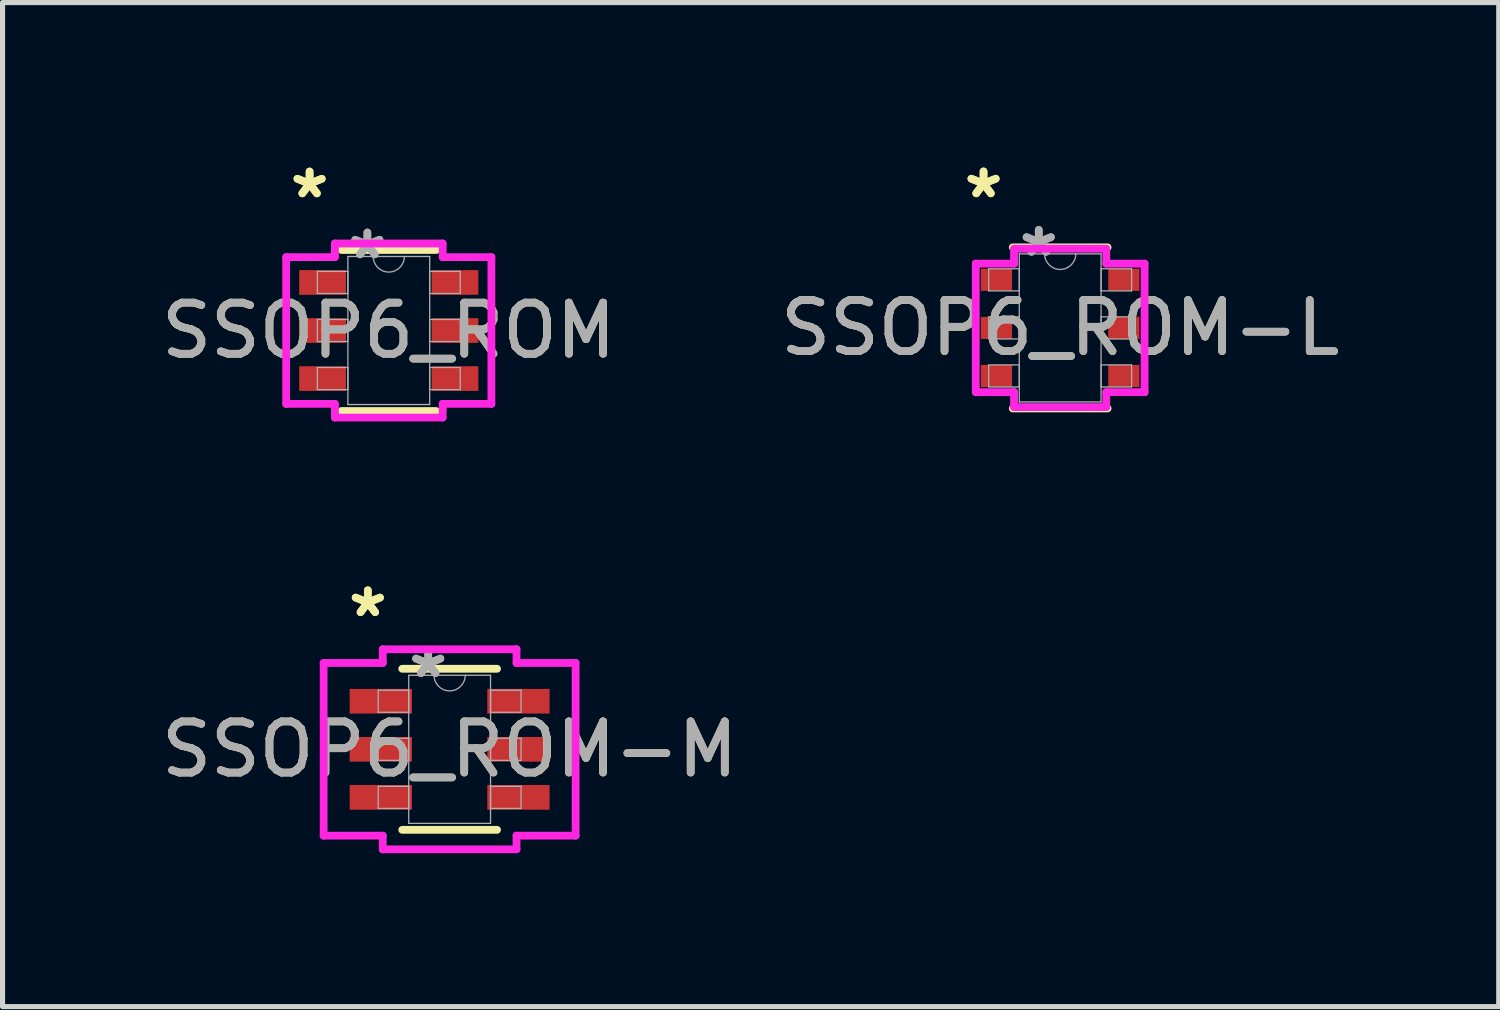
<source format=kicad_pcb>
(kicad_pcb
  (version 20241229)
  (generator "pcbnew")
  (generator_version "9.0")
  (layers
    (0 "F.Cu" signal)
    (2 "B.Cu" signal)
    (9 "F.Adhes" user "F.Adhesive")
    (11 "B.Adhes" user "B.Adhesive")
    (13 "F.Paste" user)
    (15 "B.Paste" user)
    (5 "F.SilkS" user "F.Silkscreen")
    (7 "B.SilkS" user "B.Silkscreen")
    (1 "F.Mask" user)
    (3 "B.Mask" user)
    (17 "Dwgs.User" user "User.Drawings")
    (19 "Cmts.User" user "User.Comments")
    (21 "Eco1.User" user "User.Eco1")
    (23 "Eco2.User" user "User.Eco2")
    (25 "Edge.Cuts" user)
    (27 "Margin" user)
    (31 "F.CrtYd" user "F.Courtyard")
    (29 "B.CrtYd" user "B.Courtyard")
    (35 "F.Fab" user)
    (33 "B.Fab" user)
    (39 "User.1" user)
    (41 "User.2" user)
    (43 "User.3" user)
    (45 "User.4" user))
  (footprint "SSOP6_ROM"
    (layer "F.Cu")
    (at 4.554 3.414)
    (property "Reference" "SSOP6_ROM" (at 0 0 0) (unlocked yes) (layer "F.SilkS") (effects (font (size 1 1) (thickness 0.15))))
    (attr smd)
    (fp_line (start -0.927 1.575) (end 0.927 1.575) (stroke (width 0.152) (type solid)) (layer "F.SilkS"))
    (fp_line (start 0.927 -1.575) (end -0.927 -1.575) (stroke (width 0.152) (type solid)) (layer "F.SilkS"))
    (fp_line (start -2.007 -1.435) (end -1.054 -1.435) (stroke (width 0.152) (type solid)) (layer "F.CrtYd"))
    (fp_line (start -2.007 1.435) (end -2.007 -1.435) (stroke (width 0.152) (type solid)) (layer "F.CrtYd"))
    (fp_line (start -2.007 1.435) (end -1.054 1.435) (stroke (width 0.152) (type solid)) (layer "F.CrtYd"))
    (fp_line (start -1.054 -1.702) (end 1.054 -1.702) (stroke (width 0.152) (type solid)) (layer "F.CrtYd"))
    (fp_line (start -1.054 -1.435) (end -1.054 -1.702) (stroke (width 0.152) (type solid)) (layer "F.CrtYd"))
    (fp_line (start -1.054 1.702) (end -1.054 1.435) (stroke (width 0.152) (type solid)) (layer "F.CrtYd"))
    (fp_line (start 1.054 -1.702) (end 1.054 -1.435) (stroke (width 0.152) (type solid)) (layer "F.CrtYd"))
    (fp_line (start 1.054 1.435) (end 1.054 1.702) (stroke (width 0.152) (type solid)) (layer "F.CrtYd"))
    (fp_line (start 1.054 1.702) (end -1.054 1.702) (stroke (width 0.152) (type solid)) (layer "F.CrtYd"))
    (fp_line (start 2.007 -1.435) (end 1.054 -1.435) (stroke (width 0.152) (type solid)) (layer "F.CrtYd"))
    (fp_line (start 2.007 -1.435) (end 2.007 1.435) (stroke (width 0.152) (type solid)) (layer "F.CrtYd"))
    (fp_line (start 2.007 1.435) (end 1.054 1.435) (stroke (width 0.152) (type solid)) (layer "F.CrtYd"))
    (fp_line (start -1.397 -1.156) (end -1.397 -0.724) (stroke (width 0.025) (type solid)) (layer "F.Fab"))
    (fp_line (start -1.397 -0.724) (end -0.8 -0.724) (stroke (width 0.025) (type solid)) (layer "F.Fab"))
    (fp_line (start -1.397 -0.216) (end -1.397 0.216) (stroke (width 0.025) (type solid)) (layer "F.Fab"))
    (fp_line (start -1.397 0.216) (end -0.8 0.216) (stroke (width 0.025) (type solid)) (layer "F.Fab"))
    (fp_line (start -1.397 0.724) (end -1.397 1.156) (stroke (width 0.025) (type solid)) (layer "F.Fab"))
    (fp_line (start -1.397 1.156) (end -0.8 1.156) (stroke (width 0.025) (type solid)) (layer "F.Fab"))
    (fp_line (start -0.8 -1.448) (end -0.8 1.448) (stroke (width 0.025) (type solid)) (layer "F.Fab"))
    (fp_line (start -0.8 -1.156) (end -1.397 -1.156) (stroke (width 0.025) (type solid)) (layer "F.Fab"))
    (fp_line (start -0.8 -0.724) (end -0.8 -1.156) (stroke (width 0.025) (type solid)) (layer "F.Fab"))
    (fp_line (start -0.8 -0.216) (end -1.397 -0.216) (stroke (width 0.025) (type solid)) (layer "F.Fab"))
    (fp_line (start -0.8 0.216) (end -0.8 -0.216) (stroke (width 0.025) (type solid)) (layer "F.Fab"))
    (fp_line (start -0.8 0.724) (end -1.397 0.724) (stroke (width 0.025) (type solid)) (layer "F.Fab"))
    (fp_line (start -0.8 1.156) (end -0.8 0.724) (stroke (width 0.025) (type solid)) (layer "F.Fab"))
    (fp_line (start -0.8 1.448) (end 0.8 1.448) (stroke (width 0.025) (type solid)) (layer "F.Fab"))
    (fp_line (start 0.8 -1.448) (end -0.8 -1.448) (stroke (width 0.025) (type solid)) (layer "F.Fab"))
    (fp_line (start 0.8 -1.156) (end 0.8 -0.724) (stroke (width 0.025) (type solid)) (layer "F.Fab"))
    (fp_line (start 0.8 -0.724) (end 1.397 -0.724) (stroke (width 0.025) (type solid)) (layer "F.Fab"))
    (fp_line (start 0.8 -0.216) (end 0.8 0.216) (stroke (width 0.025) (type solid)) (layer "F.Fab"))
    (fp_line (start 0.8 0.216) (end 1.397 0.216) (stroke (width 0.025) (type solid)) (layer "F.Fab"))
    (fp_line (start 0.8 0.724) (end 0.8 1.156) (stroke (width 0.025) (type solid)) (layer "F.Fab"))
    (fp_line (start 0.8 1.156) (end 1.397 1.156) (stroke (width 0.025) (type solid)) (layer "F.Fab"))
    (fp_line (start 0.8 1.448) (end 0.8 -1.448) (stroke (width 0.025) (type solid)) (layer "F.Fab"))
    (fp_line (start 1.397 -1.156) (end 0.8 -1.156) (stroke (width 0.025) (type solid)) (layer "F.Fab"))
    (fp_line (start 1.397 -0.724) (end 1.397 -1.156) (stroke (width 0.025) (type solid)) (layer "F.Fab"))
    (fp_line (start 1.397 -0.216) (end 0.8 -0.216) (stroke (width 0.025) (type solid)) (layer "F.Fab"))
    (fp_line (start 1.397 0.216) (end 1.397 -0.216) (stroke (width 0.025) (type solid)) (layer "F.Fab"))
    (fp_line (start 1.397 0.724) (end 0.8 0.724) (stroke (width 0.025) (type solid)) (layer "F.Fab"))
    (fp_line (start 1.397 1.156) (end 1.397 0.724) (stroke (width 0.025) (type solid)) (layer "F.Fab"))
    (fp_arc (start 0.3048 -1.4478) (mid 0 -1.143) (end -0.3048 -1.4478) (stroke (width 0.0254) (type solid)) (layer "F.Fab"))
    (fp_text user "*" (at -1.549 -2.565 0) (layer "F.SilkS") (effects (font (size 1 1) (thickness 0.15))))
    (fp_text user "*" (at -1.549 -2.565 0) (unlocked yes) (layer "F.SilkS") (effects (font (size 1 1) (thickness 0.15))))
    (fp_text user "*" (at -0.419 -1.372 0) (layer "F.Fab") (effects (font (size 1 1) (thickness 0.15))))
    (fp_text user "${REFERENCE}" (at 0 0 0) (unlocked yes) (layer "F.Fab") (effects (font (size 1 1) (thickness 0.15))))
    (fp_text user "*" (at -0.419 -1.372 0) (unlocked yes) (layer "F.Fab") (effects (font (size 1 1) (thickness 0.15))))
    (pad "1" smd rect (at -1.295 -0.94) (size 0.914 0.483) (layers "F.Cu" "F.Mask" "F.Paste"))
    (pad "2" smd rect (at -1.295 0) (size 0.914 0.483) (layers "F.Cu" "F.Mask" "F.Paste"))
    (pad "3" smd rect (at -1.295 0.94) (size 0.914 0.483) (layers "F.Cu" "F.Mask" "F.Paste"))
    (pad "4" smd rect (at 1.295 0.94) (size 0.914 0.483) (layers "F.Cu" "F.Mask" "F.Paste"))
    (pad "5" smd rect (at 1.295 0) (size 0.914 0.483) (layers "F.Cu" "F.Mask" "F.Paste"))
    (pad "6" smd rect (at 1.295 -0.94) (size 0.914 0.483) (layers "F.Cu" "F.Mask" "F.Paste")))
  (footprint "SSOP6_ROM-L"
    (layer "F.Cu")
    (at 17.685 3.363)
    (property "Reference" "SSOP6_ROM-L" (at 0 0 0) (unlocked yes) (layer "F.SilkS") (effects (font (size 1 1) (thickness 0.15))))
    (attr smd)
    (fp_line (start -0.927 1.575) (end 0.927 1.575) (stroke (width 0.152) (type solid)) (layer "F.SilkS"))
    (fp_line (start 0.927 -1.575) (end -0.927 -1.575) (stroke (width 0.152) (type solid)) (layer "F.SilkS"))
    (fp_line (start -1.651 -1.257) (end -0.902 -1.257) (stroke (width 0.152) (type solid)) (layer "F.CrtYd"))
    (fp_line (start -1.651 1.257) (end -1.651 -1.257) (stroke (width 0.152) (type solid)) (layer "F.CrtYd"))
    (fp_line (start -1.651 1.257) (end -0.902 1.257) (stroke (width 0.152) (type solid)) (layer "F.CrtYd"))
    (fp_line (start -0.902 -1.549) (end 0.902 -1.549) (stroke (width 0.152) (type solid)) (layer "F.CrtYd"))
    (fp_line (start -0.902 -1.257) (end -0.902 -1.549) (stroke (width 0.152) (type solid)) (layer "F.CrtYd"))
    (fp_line (start -0.902 1.549) (end -0.902 1.257) (stroke (width 0.152) (type solid)) (layer "F.CrtYd"))
    (fp_line (start 0.902 -1.549) (end 0.902 -1.257) (stroke (width 0.152) (type solid)) (layer "F.CrtYd"))
    (fp_line (start 0.902 1.257) (end 0.902 1.549) (stroke (width 0.152) (type solid)) (layer "F.CrtYd"))
    (fp_line (start 0.902 1.549) (end -0.902 1.549) (stroke (width 0.152) (type solid)) (layer "F.CrtYd"))
    (fp_line (start 1.651 -1.257) (end 0.902 -1.257) (stroke (width 0.152) (type solid)) (layer "F.CrtYd"))
    (fp_line (start 1.651 -1.257) (end 1.651 1.257) (stroke (width 0.152) (type solid)) (layer "F.CrtYd"))
    (fp_line (start 1.651 1.257) (end 0.902 1.257) (stroke (width 0.152) (type solid)) (layer "F.CrtYd"))
    (fp_line (start -1.397 -1.156) (end -1.397 -0.724) (stroke (width 0.025) (type solid)) (layer "F.Fab"))
    (fp_line (start -1.397 -0.724) (end -0.8 -0.724) (stroke (width 0.025) (type solid)) (layer "F.Fab"))
    (fp_line (start -1.397 -0.216) (end -1.397 0.216) (stroke (width 0.025) (type solid)) (layer "F.Fab"))
    (fp_line (start -1.397 0.216) (end -0.8 0.216) (stroke (width 0.025) (type solid)) (layer "F.Fab"))
    (fp_line (start -1.397 0.724) (end -1.397 1.156) (stroke (width 0.025) (type solid)) (layer "F.Fab"))
    (fp_line (start -1.397 1.156) (end -0.8 1.156) (stroke (width 0.025) (type solid)) (layer "F.Fab"))
    (fp_line (start -0.8 -1.448) (end -0.8 1.448) (stroke (width 0.025) (type solid)) (layer "F.Fab"))
    (fp_line (start -0.8 -1.156) (end -1.397 -1.156) (stroke (width 0.025) (type solid)) (layer "F.Fab"))
    (fp_line (start -0.8 -0.724) (end -0.8 -1.156) (stroke (width 0.025) (type solid)) (layer "F.Fab"))
    (fp_line (start -0.8 -0.216) (end -1.397 -0.216) (stroke (width 0.025) (type solid)) (layer "F.Fab"))
    (fp_line (start -0.8 0.216) (end -0.8 -0.216) (stroke (width 0.025) (type solid)) (layer "F.Fab"))
    (fp_line (start -0.8 0.724) (end -1.397 0.724) (stroke (width 0.025) (type solid)) (layer "F.Fab"))
    (fp_line (start -0.8 1.156) (end -0.8 0.724) (stroke (width 0.025) (type solid)) (layer "F.Fab"))
    (fp_line (start -0.8 1.448) (end 0.8 1.448) (stroke (width 0.025) (type solid)) (layer "F.Fab"))
    (fp_line (start 0.8 -1.448) (end -0.8 -1.448) (stroke (width 0.025) (type solid)) (layer "F.Fab"))
    (fp_line (start 0.8 -1.156) (end 0.8 -0.724) (stroke (width 0.025) (type solid)) (layer "F.Fab"))
    (fp_line (start 0.8 -0.724) (end 1.397 -0.724) (stroke (width 0.025) (type solid)) (layer "F.Fab"))
    (fp_line (start 0.8 -0.216) (end 0.8 0.216) (stroke (width 0.025) (type solid)) (layer "F.Fab"))
    (fp_line (start 0.8 0.216) (end 1.397 0.216) (stroke (width 0.025) (type solid)) (layer "F.Fab"))
    (fp_line (start 0.8 0.724) (end 0.8 1.156) (stroke (width 0.025) (type solid)) (layer "F.Fab"))
    (fp_line (start 0.8 1.156) (end 1.397 1.156) (stroke (width 0.025) (type solid)) (layer "F.Fab"))
    (fp_line (start 0.8 1.448) (end 0.8 -1.448) (stroke (width 0.025) (type solid)) (layer "F.Fab"))
    (fp_line (start 1.397 -1.156) (end 0.8 -1.156) (stroke (width 0.025) (type solid)) (layer "F.Fab"))
    (fp_line (start 1.397 -0.724) (end 1.397 -1.156) (stroke (width 0.025) (type solid)) (layer "F.Fab"))
    (fp_line (start 1.397 -0.216) (end 0.8 -0.216) (stroke (width 0.025) (type solid)) (layer "F.Fab"))
    (fp_line (start 1.397 0.216) (end 1.397 -0.216) (stroke (width 0.025) (type solid)) (layer "F.Fab"))
    (fp_line (start 1.397 0.724) (end 0.8 0.724) (stroke (width 0.025) (type solid)) (layer "F.Fab"))
    (fp_line (start 1.397 1.156) (end 1.397 0.724) (stroke (width 0.025) (type solid)) (layer "F.Fab"))
    (fp_arc (start 0.3048 -1.4478) (mid 0 -1.143) (end -0.3048 -1.4478) (stroke (width 0.0254) (type solid)) (layer "F.Fab"))
    (fp_text user "*" (at -1.499 -2.515 0) (layer "F.SilkS") (effects (font (size 1 1) (thickness 0.15))))
    (fp_text user "*" (at -1.499 -2.515 0) (unlocked yes) (layer "F.SilkS") (effects (font (size 1 1) (thickness 0.15))))
    (fp_text user "${REFERENCE}" (at 0 0 0) (unlocked yes) (layer "F.Fab") (effects (font (size 1 1) (thickness 0.15))))
    (fp_text user "*" (at -0.419 -1.372 0) (unlocked yes) (layer "F.Fab") (effects (font (size 1 1) (thickness 0.15))))
    (fp_text user "*" (at -0.419 -1.372 0) (layer "F.Fab") (effects (font (size 1 1) (thickness 0.15))))
    (pad "1" smd rect (at -1.245 -0.94) (size 0.61 0.432) (layers "F.Cu" "F.Mask" "F.Paste"))
    (pad "2" smd rect (at -1.245 0) (size 0.61 0.432) (layers "F.Cu" "F.Mask" "F.Paste"))
    (pad "3" smd rect (at -1.245 0.94) (size 0.61 0.432) (layers "F.Cu" "F.Mask" "F.Paste"))
    (pad "4" smd rect (at 1.245 0.94) (size 0.61 0.432) (layers "F.Cu" "F.Mask" "F.Paste"))
    (pad "5" smd rect (at 1.245 0) (size 0.61 0.432) (layers "F.Cu" "F.Mask" "F.Paste"))
    (pad "6" smd rect (at 1.245 -0.94) (size 0.61 0.432) (layers "F.Cu" "F.Mask" "F.Paste")))
  (footprint "SSOP6_ROM-M"
    (layer "F.Cu")
    (at 5.744 11.605)
    (property "Reference" "SSOP6_ROM-M" (at 0 0 0) (unlocked yes) (layer "F.SilkS") (effects (font (size 1 1) (thickness 0.15))))
    (attr smd)
    (fp_line (start -0.927 1.575) (end 0.927 1.575) (stroke (width 0.152) (type solid)) (layer "F.SilkS"))
    (fp_line (start 0.927 -1.575) (end -0.927 -1.575) (stroke (width 0.152) (type solid)) (layer "F.SilkS"))
    (fp_line (start -2.464 -1.689) (end -1.308 -1.689) (stroke (width 0.152) (type solid)) (layer "F.CrtYd"))
    (fp_line (start -2.464 1.689) (end -2.464 -1.689) (stroke (width 0.152) (type solid)) (layer "F.CrtYd"))
    (fp_line (start -2.464 1.689) (end -1.308 1.689) (stroke (width 0.152) (type solid)) (layer "F.CrtYd"))
    (fp_line (start -1.308 -1.956) (end 1.308 -1.956) (stroke (width 0.152) (type solid)) (layer "F.CrtYd"))
    (fp_line (start -1.308 -1.689) (end -1.308 -1.956) (stroke (width 0.152) (type solid)) (layer "F.CrtYd"))
    (fp_line (start -1.308 1.956) (end -1.308 1.689) (stroke (width 0.152) (type solid)) (layer "F.CrtYd"))
    (fp_line (start 1.308 -1.956) (end 1.308 -1.689) (stroke (width 0.152) (type solid)) (layer "F.CrtYd"))
    (fp_line (start 1.308 1.689) (end 1.308 1.956) (stroke (width 0.152) (type solid)) (layer "F.CrtYd"))
    (fp_line (start 1.308 1.956) (end -1.308 1.956) (stroke (width 0.152) (type solid)) (layer "F.CrtYd"))
    (fp_line (start 2.464 -1.689) (end 1.308 -1.689) (stroke (width 0.152) (type solid)) (layer "F.CrtYd"))
    (fp_line (start 2.464 -1.689) (end 2.464 1.689) (stroke (width 0.152) (type solid)) (layer "F.CrtYd"))
    (fp_line (start 2.464 1.689) (end 1.308 1.689) (stroke (width 0.152) (type solid)) (layer "F.CrtYd"))
    (fp_line (start -1.397 -1.156) (end -1.397 -0.724) (stroke (width 0.025) (type solid)) (layer "F.Fab"))
    (fp_line (start -1.397 -0.724) (end -0.8 -0.724) (stroke (width 0.025) (type solid)) (layer "F.Fab"))
    (fp_line (start -1.397 -0.216) (end -1.397 0.216) (stroke (width 0.025) (type solid)) (layer "F.Fab"))
    (fp_line (start -1.397 0.216) (end -0.8 0.216) (stroke (width 0.025) (type solid)) (layer "F.Fab"))
    (fp_line (start -1.397 0.724) (end -1.397 1.156) (stroke (width 0.025) (type solid)) (layer "F.Fab"))
    (fp_line (start -1.397 1.156) (end -0.8 1.156) (stroke (width 0.025) (type solid)) (layer "F.Fab"))
    (fp_line (start -0.8 -1.448) (end -0.8 1.448) (stroke (width 0.025) (type solid)) (layer "F.Fab"))
    (fp_line (start -0.8 -1.156) (end -1.397 -1.156) (stroke (width 0.025) (type solid)) (layer "F.Fab"))
    (fp_line (start -0.8 -0.724) (end -0.8 -1.156) (stroke (width 0.025) (type solid)) (layer "F.Fab"))
    (fp_line (start -0.8 -0.216) (end -1.397 -0.216) (stroke (width 0.025) (type solid)) (layer "F.Fab"))
    (fp_line (start -0.8 0.216) (end -0.8 -0.216) (stroke (width 0.025) (type solid)) (layer "F.Fab"))
    (fp_line (start -0.8 0.724) (end -1.397 0.724) (stroke (width 0.025) (type solid)) (layer "F.Fab"))
    (fp_line (start -0.8 1.156) (end -0.8 0.724) (stroke (width 0.025) (type solid)) (layer "F.Fab"))
    (fp_line (start -0.8 1.448) (end 0.8 1.448) (stroke (width 0.025) (type solid)) (layer "F.Fab"))
    (fp_line (start 0.8 -1.448) (end -0.8 -1.448) (stroke (width 0.025) (type solid)) (layer "F.Fab"))
    (fp_line (start 0.8 -1.156) (end 0.8 -0.724) (stroke (width 0.025) (type solid)) (layer "F.Fab"))
    (fp_line (start 0.8 -0.724) (end 1.397 -0.724) (stroke (width 0.025) (type solid)) (layer "F.Fab"))
    (fp_line (start 0.8 -0.216) (end 0.8 0.216) (stroke (width 0.025) (type solid)) (layer "F.Fab"))
    (fp_line (start 0.8 0.216) (end 1.397 0.216) (stroke (width 0.025) (type solid)) (layer "F.Fab"))
    (fp_line (start 0.8 0.724) (end 0.8 1.156) (stroke (width 0.025) (type solid)) (layer "F.Fab"))
    (fp_line (start 0.8 1.156) (end 1.397 1.156) (stroke (width 0.025) (type solid)) (layer "F.Fab"))
    (fp_line (start 0.8 1.448) (end 0.8 -1.448) (stroke (width 0.025) (type solid)) (layer "F.Fab"))
    (fp_line (start 1.397 -1.156) (end 0.8 -1.156) (stroke (width 0.025) (type solid)) (layer "F.Fab"))
    (fp_line (start 1.397 -0.724) (end 1.397 -1.156) (stroke (width 0.025) (type solid)) (layer "F.Fab"))
    (fp_line (start 1.397 -0.216) (end 0.8 -0.216) (stroke (width 0.025) (type solid)) (layer "F.Fab"))
    (fp_line (start 1.397 0.216) (end 1.397 -0.216) (stroke (width 0.025) (type solid)) (layer "F.Fab"))
    (fp_line (start 1.397 0.724) (end 0.8 0.724) (stroke (width 0.025) (type solid)) (layer "F.Fab"))
    (fp_line (start 1.397 1.156) (end 1.397 0.724) (stroke (width 0.025) (type solid)) (layer "F.Fab"))
    (fp_arc (start 0.3048 -1.4478) (mid 0 -1.143) (end -0.3048 -1.4478) (stroke (width 0.0254) (type solid)) (layer "F.Fab"))
    (fp_text user "*" (at -1.6 -2.565 0) (unlocked yes) (layer "F.SilkS") (effects (font (size 1 1) (thickness 0.15))))
    (fp_text user "*" (at -1.6 -2.565 0) (layer "F.SilkS") (effects (font (size 1 1) (thickness 0.15))))
    (fp_text user "${REFERENCE}" (at 0 0 0) (unlocked yes) (layer "F.Fab") (effects (font (size 1 1) (thickness 0.15))))
    (fp_text user "*" (at -0.419 -1.372 0) (unlocked yes) (layer "F.Fab") (effects (font (size 1 1) (thickness 0.15))))
    (fp_text user "*" (at -0.419 -1.372 0) (layer "F.Fab") (effects (font (size 1 1) (thickness 0.15))))
    (pad "1" smd rect (at -1.346 -0.94) (size 1.219 0.483) (layers "F.Cu" "F.Mask" "F.Paste"))
    (pad "2" smd rect (at -1.346 0) (size 1.219 0.483) (layers "F.Cu" "F.Mask" "F.Paste"))
    (pad "3" smd rect (at -1.346 0.94) (size 1.219 0.483) (layers "F.Cu" "F.Mask" "F.Paste"))
    (pad "4" smd rect (at 1.346 0.94) (size 1.219 0.483) (layers "F.Cu" "F.Mask" "F.Paste"))
    (pad "5" smd rect (at 1.346 0) (size 1.219 0.483) (layers "F.Cu" "F.Mask" "F.Paste"))
    (pad "6" smd rect (at 1.346 -0.94) (size 1.219 0.483) (layers "F.Cu" "F.Mask" "F.Paste")))
  (gr_rect
    (start -3 -3)
    (end 26.262 16.637)
    (stroke (width 0.1) (type default))
    (fill no)
    (layer "Edge.Cuts")))
</source>
